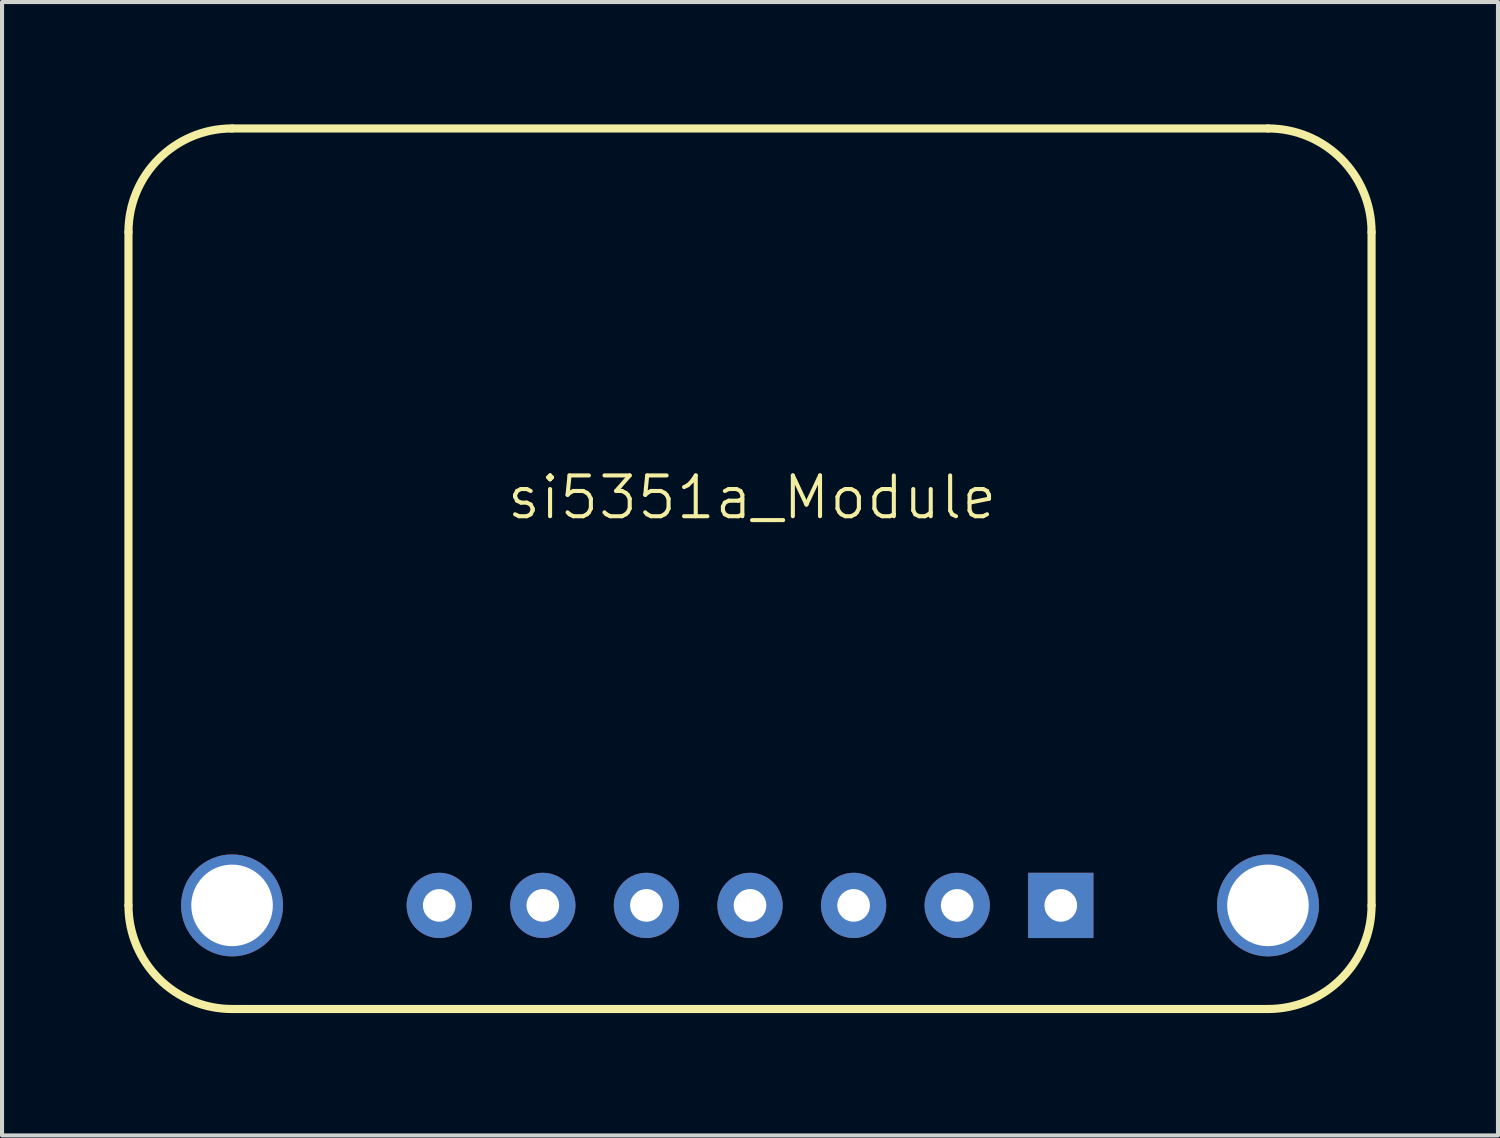
<source format=kicad_pcb>
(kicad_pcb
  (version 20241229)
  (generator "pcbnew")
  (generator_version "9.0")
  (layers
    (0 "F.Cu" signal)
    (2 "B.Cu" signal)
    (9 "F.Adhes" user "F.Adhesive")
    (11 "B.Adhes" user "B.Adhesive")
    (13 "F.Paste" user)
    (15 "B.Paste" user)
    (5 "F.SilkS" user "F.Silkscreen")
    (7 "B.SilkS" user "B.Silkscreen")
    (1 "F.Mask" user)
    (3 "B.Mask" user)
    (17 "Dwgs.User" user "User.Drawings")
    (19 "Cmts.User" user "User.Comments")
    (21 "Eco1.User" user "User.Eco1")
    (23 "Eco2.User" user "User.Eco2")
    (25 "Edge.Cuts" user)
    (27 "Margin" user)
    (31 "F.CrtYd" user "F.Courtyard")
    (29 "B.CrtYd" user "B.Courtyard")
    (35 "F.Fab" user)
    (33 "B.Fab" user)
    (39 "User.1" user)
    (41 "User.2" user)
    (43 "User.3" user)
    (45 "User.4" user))
  (footprint "si5351a_Module"
    (layer "F.Cu")
    (at 2.64 19.15)
    (property "Reference" "si5351a_Module" (at 12.75 -10 0) (unlocked yes) (layer "F.SilkS") (effects (font (size 1 1) (thickness 0.1))))
    (attr through_hole)
    (fp_line (start -2.54 0) (end -2.54 -16.51) (stroke (width 0.2) (type solid)) (layer "F.SilkS"))
    (fp_line (start 0 -19.05) (end 25.4 -19.05) (stroke (width 0.2) (type solid)) (layer "F.SilkS"))
    (fp_line (start 25.4 2.54) (end 0 2.54) (stroke (width 0.2) (type solid)) (layer "F.SilkS"))
    (fp_line (start 27.94 -16.51) (end 27.94 0) (stroke (width 0.2) (type solid)) (layer "F.SilkS"))
    (fp_arc (start -2.54 -16.5104) (mid -1.796051 -18.306451) (end 0 -19.0504) (stroke (width 0.2) (type solid)) (layer "F.SilkS"))
    (fp_arc (start 0 2.54) (mid -1.796051 1.796051) (end -2.54 0) (stroke (width 0.2) (type solid)) (layer "F.SilkS"))
    (fp_arc (start 25.4 -19.0504) (mid 27.196051 -18.306451) (end 27.94 -16.5104) (stroke (width 0.2) (type solid)) (layer "F.SilkS"))
    (fp_arc (start 27.94 0) (mid 27.196051 1.796051) (end 25.4 2.54) (stroke (width 0.2) (type solid)) (layer "F.SilkS"))
    (pad "" np_thru_hole circle (at 0 0) (size 2.5 2.5) (drill 2) (layers "*.Cu" "*.Mask"))
    (pad "" np_thru_hole circle (at 25.4 0) (size 2.5 2.5) (drill 2) (layers "*.Cu" "*.Mask"))
    (pad "1" thru_hole rect (at 20.32 0 180) (size 1.6 1.6) (drill 0.8) (layers "*.Cu" "*.Mask"))
    (pad "2" thru_hole circle (at 17.78 0 180) (size 1.6 1.6) (drill 0.8) (layers "*.Cu" "*.Mask"))
    (pad "3" thru_hole circle (at 15.24 0 180) (size 1.6 1.6) (drill 0.8) (layers "*.Cu" "*.Mask"))
    (pad "4" thru_hole circle (at 12.7 0 180) (size 1.6 1.6) (drill 0.8) (layers "*.Cu" "*.Mask"))
    (pad "5" thru_hole circle (at 10.16 0 180) (size 1.6 1.6) (drill 0.8) (layers "*.Cu" "*.Mask"))
    (pad "6" thru_hole circle (at 7.62 0 180) (size 1.6 1.6) (drill 0.8) (layers "*.Cu" "*.Mask"))
    (pad "7" thru_hole circle (at 5.08 0 180) (size 1.6 1.6) (drill 0.8) (layers "*.Cu" "*.Mask")))
  (gr_rect
    (start -3 -3)
    (end 33.68 24.79)
    (stroke (width 0.1) (type default))
    (fill no)
    (layer "Edge.Cuts")))
</source>
